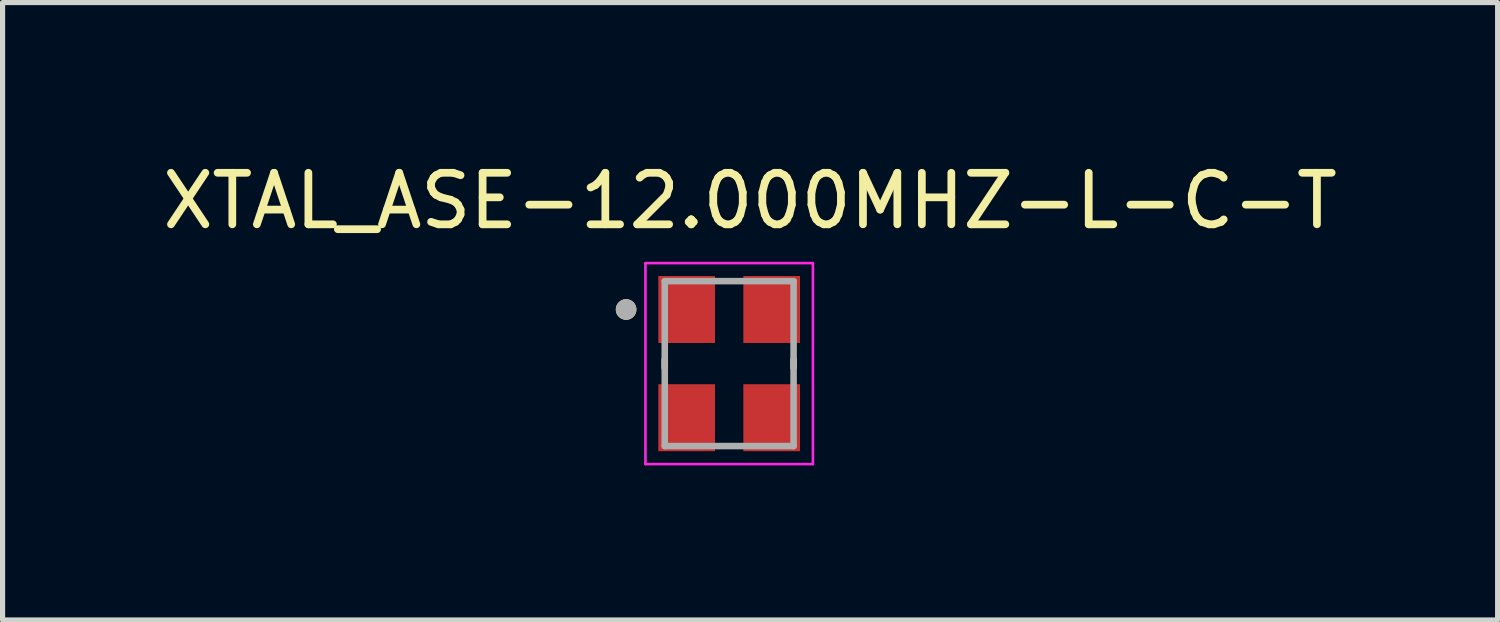
<source format=kicad_pcb>
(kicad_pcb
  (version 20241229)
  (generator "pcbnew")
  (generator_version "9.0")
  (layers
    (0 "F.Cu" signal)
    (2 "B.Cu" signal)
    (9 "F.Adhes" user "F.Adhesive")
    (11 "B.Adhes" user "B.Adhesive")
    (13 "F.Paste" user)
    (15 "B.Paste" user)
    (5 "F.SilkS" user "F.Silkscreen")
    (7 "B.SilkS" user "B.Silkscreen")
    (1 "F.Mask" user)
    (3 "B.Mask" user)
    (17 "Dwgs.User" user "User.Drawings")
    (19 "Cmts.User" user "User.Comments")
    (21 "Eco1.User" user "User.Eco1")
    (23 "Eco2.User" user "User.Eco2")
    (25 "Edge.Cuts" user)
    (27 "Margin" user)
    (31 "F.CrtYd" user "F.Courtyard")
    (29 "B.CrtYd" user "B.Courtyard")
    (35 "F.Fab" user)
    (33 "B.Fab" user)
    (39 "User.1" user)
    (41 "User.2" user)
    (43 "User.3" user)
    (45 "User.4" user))
  (footprint "XTAL_ASE-12.000MHZ-L-C-T"
    (layer "F.Cu")
    (at 11.1 4.006)
    (property "Reference" "XTAL_ASE-12.000MHZ-L-C-T" (at 0.406 -3.158 0) (layer "F.SilkS") (effects (font (size 1 1) (thickness 0.15))))
    (attr smd)
    (fp_line (start -1.25 -0.08) (end -1.25 0.08) (stroke (width 0.127) (type solid)) (layer "F.SilkS"))
    (fp_line (start 1.25 0.08) (end 1.25 -0.08) (stroke (width 0.127) (type solid)) (layer "F.SilkS"))
    (fp_circle (center -2 -1.05) (end -1.9 -1.05) (stroke (width 0.2) (type solid)) (fill no) (layer "F.SilkS"))
    (fp_line (start -1.625 -1.95) (end 1.625 -1.95) (stroke (width 0.05) (type solid)) (layer "F.CrtYd"))
    (fp_line (start -1.625 1.95) (end -1.625 -1.95) (stroke (width 0.05) (type solid)) (layer "F.CrtYd"))
    (fp_line (start 1.625 -1.95) (end 1.625 1.95) (stroke (width 0.05) (type solid)) (layer "F.CrtYd"))
    (fp_line (start 1.625 1.95) (end -1.625 1.95) (stroke (width 0.05) (type solid)) (layer "F.CrtYd"))
    (fp_line (start -1.25 -1.6) (end 1.25 -1.6) (stroke (width 0.127) (type solid)) (layer "F.Fab"))
    (fp_line (start -1.25 1.6) (end -1.25 -1.6) (stroke (width 0.127) (type solid)) (layer "F.Fab"))
    (fp_line (start 1.25 -1.6) (end 1.25 1.6) (stroke (width 0.127) (type solid)) (layer "F.Fab"))
    (fp_line (start 1.25 1.6) (end -1.25 1.6) (stroke (width 0.127) (type solid)) (layer "F.Fab"))
    (fp_circle (center -2 -1.05) (end -1.9 -1.05) (stroke (width 0.2) (type solid)) (fill no) (layer "F.Fab"))
    (pad "1" smd rect (at -0.825 -1.05) (size 1.1 1.3) (layers "F.Cu" "F.Mask" "F.Paste"))
    (pad "2" smd rect (at -0.825 1.05) (size 1.1 1.3) (layers "F.Cu" "F.Mask" "F.Paste"))
    (pad "3" smd rect (at 0.825 1.05) (size 1.1 1.3) (layers "F.Cu" "F.Mask" "F.Paste"))
    (pad "4" smd rect (at 0.825 -1.05) (size 1.1 1.3) (layers "F.Cu" "F.Mask" "F.Paste")))
  (gr_rect
    (start -3 -3)
    (end 26.012 8.981)
    (stroke (width 0.1) (type default))
    (fill no)
    (layer "Edge.Cuts")))
</source>
